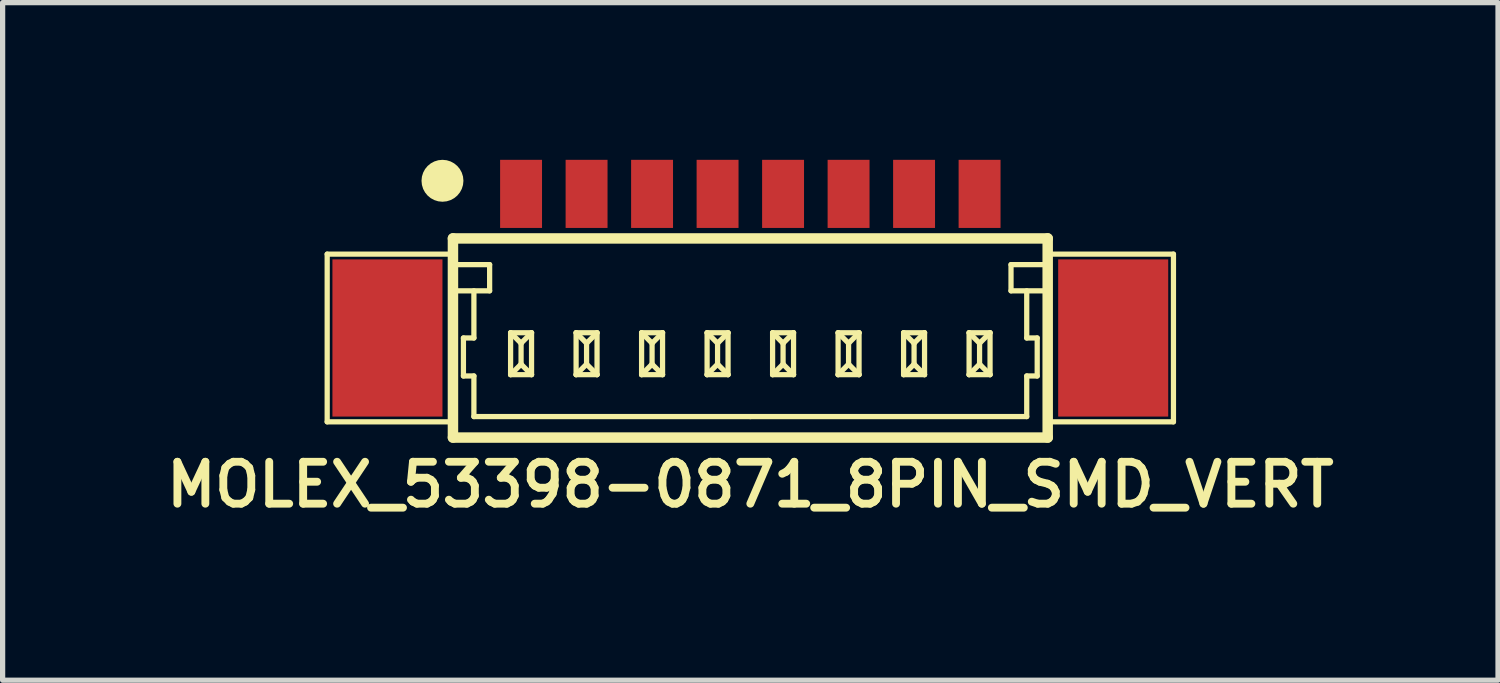
<source format=kicad_pcb>
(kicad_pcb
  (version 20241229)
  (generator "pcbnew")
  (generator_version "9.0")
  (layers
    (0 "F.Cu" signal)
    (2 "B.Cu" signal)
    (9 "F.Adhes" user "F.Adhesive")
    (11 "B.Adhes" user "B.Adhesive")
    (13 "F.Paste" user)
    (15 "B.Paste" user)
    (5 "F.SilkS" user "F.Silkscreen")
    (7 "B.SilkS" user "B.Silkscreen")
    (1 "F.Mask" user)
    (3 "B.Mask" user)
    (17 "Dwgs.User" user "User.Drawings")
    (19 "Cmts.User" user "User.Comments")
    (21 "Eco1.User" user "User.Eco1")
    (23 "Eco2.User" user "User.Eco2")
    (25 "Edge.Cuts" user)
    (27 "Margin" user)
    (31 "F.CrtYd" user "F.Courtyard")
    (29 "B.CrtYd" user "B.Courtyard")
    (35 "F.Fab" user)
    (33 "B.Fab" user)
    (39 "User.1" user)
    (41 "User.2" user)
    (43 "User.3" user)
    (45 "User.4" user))
  (footprint "MOLEX_53398-0871_8PIN_SMD_VERT"
    (layer "F.Cu")
    (at 11.269 3.4)
    (property "Reference" "MOLEX_53398-0871_8PIN_SMD_VERT" (at 0 2.8 0) (layer "F.SilkS") (effects (font (size 0.8 0.8) (thickness 0.15))))
    (attr through_hole)
    (fp_line (start -8.075 -1.6) (end -5.675 -1.6) (stroke (width 0.1) (type solid)) (layer "F.SilkS"))
    (fp_line (start -8.075 1.6) (end -8.075 -1.6) (stroke (width 0.1) (type solid)) (layer "F.SilkS"))
    (fp_line (start -5.675 -1.9) (end -5.675 1.9) (stroke (width 0.2) (type solid)) (layer "F.SilkS"))
    (fp_line (start -5.675 -1.9) (end 5.675 -1.9) (stroke (width 0.2) (type solid)) (layer "F.SilkS"))
    (fp_line (start -5.675 -0.9) (end -4.975 -0.9) (stroke (width 0.1) (type solid)) (layer "F.SilkS"))
    (fp_line (start -5.675 1.6) (end -8.075 1.6) (stroke (width 0.1) (type solid)) (layer "F.SilkS"))
    (fp_line (start -5.675 1.9) (end 5.675 1.9) (stroke (width 0.2) (type solid)) (layer "F.SilkS"))
    (fp_line (start -5.475 0) (end -5.275 0) (stroke (width 0.1) (type solid)) (layer "F.SilkS"))
    (fp_line (start -5.475 0.725) (end -5.475 0) (stroke (width 0.1) (type solid)) (layer "F.SilkS"))
    (fp_line (start -5.275 0) (end -5.275 -0.9) (stroke (width 0.1) (type solid)) (layer "F.SilkS"))
    (fp_line (start -5.275 0.725) (end -5.475 0.725) (stroke (width 0.1) (type solid)) (layer "F.SilkS"))
    (fp_line (start -5.275 1.5) (end -5.275 0.725) (stroke (width 0.1) (type solid)) (layer "F.SilkS"))
    (fp_line (start -4.975 -1.4) (end -5.675 -1.4) (stroke (width 0.1) (type solid)) (layer "F.SilkS"))
    (fp_line (start -4.975 -0.9) (end -4.975 -1.4) (stroke (width 0.1) (type solid)) (layer "F.SilkS"))
    (fp_line (start -4.575 -0.1) (end -4.575 0.7) (stroke (width 0.1) (type solid)) (layer "F.SilkS"))
    (fp_line (start -4.575 -0.1) (end -4.375 0.1) (stroke (width 0.1) (type solid)) (layer "F.SilkS"))
    (fp_line (start -4.575 -0.1) (end -4.175 -0.1) (stroke (width 0.1) (type solid)) (layer "F.SilkS"))
    (fp_line (start -4.575 0.7) (end -4.375 0.5) (stroke (width 0.1) (type solid)) (layer "F.SilkS"))
    (fp_line (start -4.575 0.7) (end -4.175 0.7) (stroke (width 0.1) (type solid)) (layer "F.SilkS"))
    (fp_line (start -4.375 0.1) (end -4.175 -0.1) (stroke (width 0.1) (type solid)) (layer "F.SilkS"))
    (fp_line (start -4.375 0.5) (end -4.375 0.1) (stroke (width 0.1) (type solid)) (layer "F.SilkS"))
    (fp_line (start -4.375 0.5) (end -4.175 0.7) (stroke (width 0.1) (type solid)) (layer "F.SilkS"))
    (fp_line (start -4.175 -0.1) (end -4.175 0.7) (stroke (width 0.1) (type solid)) (layer "F.SilkS"))
    (fp_line (start -3.325 -0.1) (end -3.325 0.7) (stroke (width 0.1) (type solid)) (layer "F.SilkS"))
    (fp_line (start -3.325 -0.1) (end -3.125 0.1) (stroke (width 0.1) (type solid)) (layer "F.SilkS"))
    (fp_line (start -3.325 -0.1) (end -2.925 -0.1) (stroke (width 0.1) (type solid)) (layer "F.SilkS"))
    (fp_line (start -3.325 0.7) (end -3.125 0.5) (stroke (width 0.1) (type solid)) (layer "F.SilkS"))
    (fp_line (start -3.325 0.7) (end -2.925 0.7) (stroke (width 0.1) (type solid)) (layer "F.SilkS"))
    (fp_line (start -3.125 0.1) (end -2.925 -0.1) (stroke (width 0.1) (type solid)) (layer "F.SilkS"))
    (fp_line (start -3.125 0.5) (end -3.125 0.1) (stroke (width 0.1) (type solid)) (layer "F.SilkS"))
    (fp_line (start -3.125 0.5) (end -2.925 0.7) (stroke (width 0.1) (type solid)) (layer "F.SilkS"))
    (fp_line (start -2.925 -0.1) (end -2.925 0.7) (stroke (width 0.1) (type solid)) (layer "F.SilkS"))
    (fp_line (start -2.075 -0.1) (end -2.075 0.7) (stroke (width 0.1) (type solid)) (layer "F.SilkS"))
    (fp_line (start -2.075 -0.1) (end -1.875 0.1) (stroke (width 0.1) (type solid)) (layer "F.SilkS"))
    (fp_line (start -2.075 -0.1) (end -1.675 -0.1) (stroke (width 0.1) (type solid)) (layer "F.SilkS"))
    (fp_line (start -2.075 0.7) (end -1.875 0.5) (stroke (width 0.1) (type solid)) (layer "F.SilkS"))
    (fp_line (start -2.075 0.7) (end -1.675 0.7) (stroke (width 0.1) (type solid)) (layer "F.SilkS"))
    (fp_line (start -1.875 0.1) (end -1.675 -0.1) (stroke (width 0.1) (type solid)) (layer "F.SilkS"))
    (fp_line (start -1.875 0.5) (end -1.875 0.1) (stroke (width 0.1) (type solid)) (layer "F.SilkS"))
    (fp_line (start -1.875 0.5) (end -1.675 0.7) (stroke (width 0.1) (type solid)) (layer "F.SilkS"))
    (fp_line (start -1.675 -0.1) (end -1.675 0.7) (stroke (width 0.1) (type solid)) (layer "F.SilkS"))
    (fp_line (start -0.825 -0.1) (end -0.825 0.7) (stroke (width 0.1) (type solid)) (layer "F.SilkS"))
    (fp_line (start -0.825 -0.1) (end -0.625 0.1) (stroke (width 0.1) (type solid)) (layer "F.SilkS"))
    (fp_line (start -0.825 -0.1) (end -0.425 -0.1) (stroke (width 0.1) (type solid)) (layer "F.SilkS"))
    (fp_line (start -0.825 0.7) (end -0.625 0.5) (stroke (width 0.1) (type solid)) (layer "F.SilkS"))
    (fp_line (start -0.825 0.7) (end -0.425 0.7) (stroke (width 0.1) (type solid)) (layer "F.SilkS"))
    (fp_line (start -0.625 0.1) (end -0.425 -0.1) (stroke (width 0.1) (type solid)) (layer "F.SilkS"))
    (fp_line (start -0.625 0.5) (end -0.625 0.1) (stroke (width 0.1) (type solid)) (layer "F.SilkS"))
    (fp_line (start -0.625 0.5) (end -0.425 0.7) (stroke (width 0.1) (type solid)) (layer "F.SilkS"))
    (fp_line (start -0.425 -0.1) (end -0.425 0.7) (stroke (width 0.1) (type solid)) (layer "F.SilkS"))
    (fp_line (start 0 1.5) (end -5.275 1.5) (stroke (width 0.1) (type solid)) (layer "F.SilkS"))
    (fp_line (start 0 1.5) (end 5.275 1.5) (stroke (width 0.1) (type solid)) (layer "F.SilkS"))
    (fp_line (start 0.425 -0.1) (end 0.425 0.7) (stroke (width 0.1) (type solid)) (layer "F.SilkS"))
    (fp_line (start 0.425 -0.1) (end 0.625 0.1) (stroke (width 0.1) (type solid)) (layer "F.SilkS"))
    (fp_line (start 0.425 -0.1) (end 0.825 -0.1) (stroke (width 0.1) (type solid)) (layer "F.SilkS"))
    (fp_line (start 0.425 0.7) (end 0.625 0.5) (stroke (width 0.1) (type solid)) (layer "F.SilkS"))
    (fp_line (start 0.425 0.7) (end 0.825 0.7) (stroke (width 0.1) (type solid)) (layer "F.SilkS"))
    (fp_line (start 0.625 0.1) (end 0.825 -0.1) (stroke (width 0.1) (type solid)) (layer "F.SilkS"))
    (fp_line (start 0.625 0.5) (end 0.625 0.1) (stroke (width 0.1) (type solid)) (layer "F.SilkS"))
    (fp_line (start 0.625 0.5) (end 0.825 0.7) (stroke (width 0.1) (type solid)) (layer "F.SilkS"))
    (fp_line (start 0.825 -0.1) (end 0.825 0.7) (stroke (width 0.1) (type solid)) (layer "F.SilkS"))
    (fp_line (start 1.675 -0.1) (end 1.675 0.7) (stroke (width 0.1) (type solid)) (layer "F.SilkS"))
    (fp_line (start 1.675 -0.1) (end 1.875 0.1) (stroke (width 0.1) (type solid)) (layer "F.SilkS"))
    (fp_line (start 1.675 -0.1) (end 2.075 -0.1) (stroke (width 0.1) (type solid)) (layer "F.SilkS"))
    (fp_line (start 1.675 0.7) (end 1.875 0.5) (stroke (width 0.1) (type solid)) (layer "F.SilkS"))
    (fp_line (start 1.675 0.7) (end 2.075 0.7) (stroke (width 0.1) (type solid)) (layer "F.SilkS"))
    (fp_line (start 1.875 0.1) (end 2.075 -0.1) (stroke (width 0.1) (type solid)) (layer "F.SilkS"))
    (fp_line (start 1.875 0.5) (end 1.875 0.1) (stroke (width 0.1) (type solid)) (layer "F.SilkS"))
    (fp_line (start 1.875 0.5) (end 2.075 0.7) (stroke (width 0.1) (type solid)) (layer "F.SilkS"))
    (fp_line (start 2.075 -0.1) (end 2.075 0.7) (stroke (width 0.1) (type solid)) (layer "F.SilkS"))
    (fp_line (start 2.925 -0.1) (end 2.925 0.7) (stroke (width 0.1) (type solid)) (layer "F.SilkS"))
    (fp_line (start 2.925 -0.1) (end 3.125 0.1) (stroke (width 0.1) (type solid)) (layer "F.SilkS"))
    (fp_line (start 2.925 -0.1) (end 3.325 -0.1) (stroke (width 0.1) (type solid)) (layer "F.SilkS"))
    (fp_line (start 2.925 0.7) (end 3.125 0.5) (stroke (width 0.1) (type solid)) (layer "F.SilkS"))
    (fp_line (start 2.925 0.7) (end 3.325 0.7) (stroke (width 0.1) (type solid)) (layer "F.SilkS"))
    (fp_line (start 3.125 0.1) (end 3.325 -0.1) (stroke (width 0.1) (type solid)) (layer "F.SilkS"))
    (fp_line (start 3.125 0.5) (end 3.125 0.1) (stroke (width 0.1) (type solid)) (layer "F.SilkS"))
    (fp_line (start 3.125 0.5) (end 3.325 0.7) (stroke (width 0.1) (type solid)) (layer "F.SilkS"))
    (fp_line (start 3.325 -0.1) (end 3.325 0.7) (stroke (width 0.1) (type solid)) (layer "F.SilkS"))
    (fp_line (start 4.175 -0.1) (end 4.175 0.7) (stroke (width 0.1) (type solid)) (layer "F.SilkS"))
    (fp_line (start 4.175 -0.1) (end 4.375 0.1) (stroke (width 0.1) (type solid)) (layer "F.SilkS"))
    (fp_line (start 4.175 -0.1) (end 4.575 -0.1) (stroke (width 0.1) (type solid)) (layer "F.SilkS"))
    (fp_line (start 4.175 0.7) (end 4.375 0.5) (stroke (width 0.1) (type solid)) (layer "F.SilkS"))
    (fp_line (start 4.175 0.7) (end 4.575 0.7) (stroke (width 0.1) (type solid)) (layer "F.SilkS"))
    (fp_line (start 4.375 0.1) (end 4.575 -0.1) (stroke (width 0.1) (type solid)) (layer "F.SilkS"))
    (fp_line (start 4.375 0.5) (end 4.375 0.1) (stroke (width 0.1) (type solid)) (layer "F.SilkS"))
    (fp_line (start 4.375 0.5) (end 4.575 0.7) (stroke (width 0.1) (type solid)) (layer "F.SilkS"))
    (fp_line (start 4.575 -0.1) (end 4.575 0.7) (stroke (width 0.1) (type solid)) (layer "F.SilkS"))
    (fp_line (start 4.975 -1.4) (end 5.675 -1.4) (stroke (width 0.1) (type solid)) (layer "F.SilkS"))
    (fp_line (start 4.975 -0.9) (end 4.975 -1.4) (stroke (width 0.1) (type solid)) (layer "F.SilkS"))
    (fp_line (start 5.275 0) (end 5.275 -0.9) (stroke (width 0.1) (type solid)) (layer "F.SilkS"))
    (fp_line (start 5.275 0.725) (end 5.475 0.725) (stroke (width 0.1) (type solid)) (layer "F.SilkS"))
    (fp_line (start 5.275 1.5) (end 5.275 0.725) (stroke (width 0.1) (type solid)) (layer "F.SilkS"))
    (fp_line (start 5.475 0) (end 5.275 0) (stroke (width 0.1) (type solid)) (layer "F.SilkS"))
    (fp_line (start 5.475 0.725) (end 5.475 0) (stroke (width 0.1) (type solid)) (layer "F.SilkS"))
    (fp_line (start 5.675 -1.9) (end 5.675 1.9) (stroke (width 0.2) (type solid)) (layer "F.SilkS"))
    (fp_line (start 5.675 -0.9) (end 4.975 -0.9) (stroke (width 0.1) (type solid)) (layer "F.SilkS"))
    (fp_line (start 5.675 1.6) (end 8.075 1.6) (stroke (width 0.1) (type solid)) (layer "F.SilkS"))
    (fp_line (start 8.075 -1.6) (end 5.675 -1.6) (stroke (width 0.1) (type solid)) (layer "F.SilkS"))
    (fp_line (start 8.075 1.6) (end 8.075 -1.6) (stroke (width 0.1) (type solid)) (layer "F.SilkS"))
    (fp_circle (center -5.875 -3) (end -5.875 -2.8) (stroke (width 0.4) (type solid)) (fill no) (layer "F.SilkS"))
    (pad "" smd rect (at -6.925 0) (size 2.1 3) (layers "F.Cu" "F.Mask"))
    (pad "" smd rect (at 6.925 0) (size 2.1 3) (layers "F.Cu" "F.Mask"))
    (pad "1" smd rect (at -4.375 -2.75) (size 0.8 1.3) (layers "F.Cu" "F.Mask"))
    (pad "2" smd rect (at -3.125 -2.75) (size 0.8 1.3) (layers "F.Cu" "F.Mask"))
    (pad "3" smd rect (at -1.875 -2.75) (size 0.8 1.3) (layers "F.Cu" "F.Mask"))
    (pad "4" smd rect (at -0.625 -2.75) (size 0.8 1.3) (layers "F.Cu" "F.Mask"))
    (pad "5" smd rect (at 0.625 -2.75) (size 0.8 1.3) (layers "F.Cu" "F.Mask"))
    (pad "6" smd rect (at 1.875 -2.75) (size 0.8 1.3) (layers "F.Cu" "F.Mask"))
    (pad "7" smd rect (at 3.125 -2.75) (size 0.8 1.3) (layers "F.Cu" "F.Mask"))
    (pad "8" smd rect (at 4.375 -2.75) (size 0.8 1.3) (layers "F.Cu" "F.Mask")))
  (gr_rect
    (start -3 -3)
    (end 25.538 9.931)
    (stroke (width 0.1) (type default))
    (fill no)
    (layer "Edge.Cuts")))
</source>
